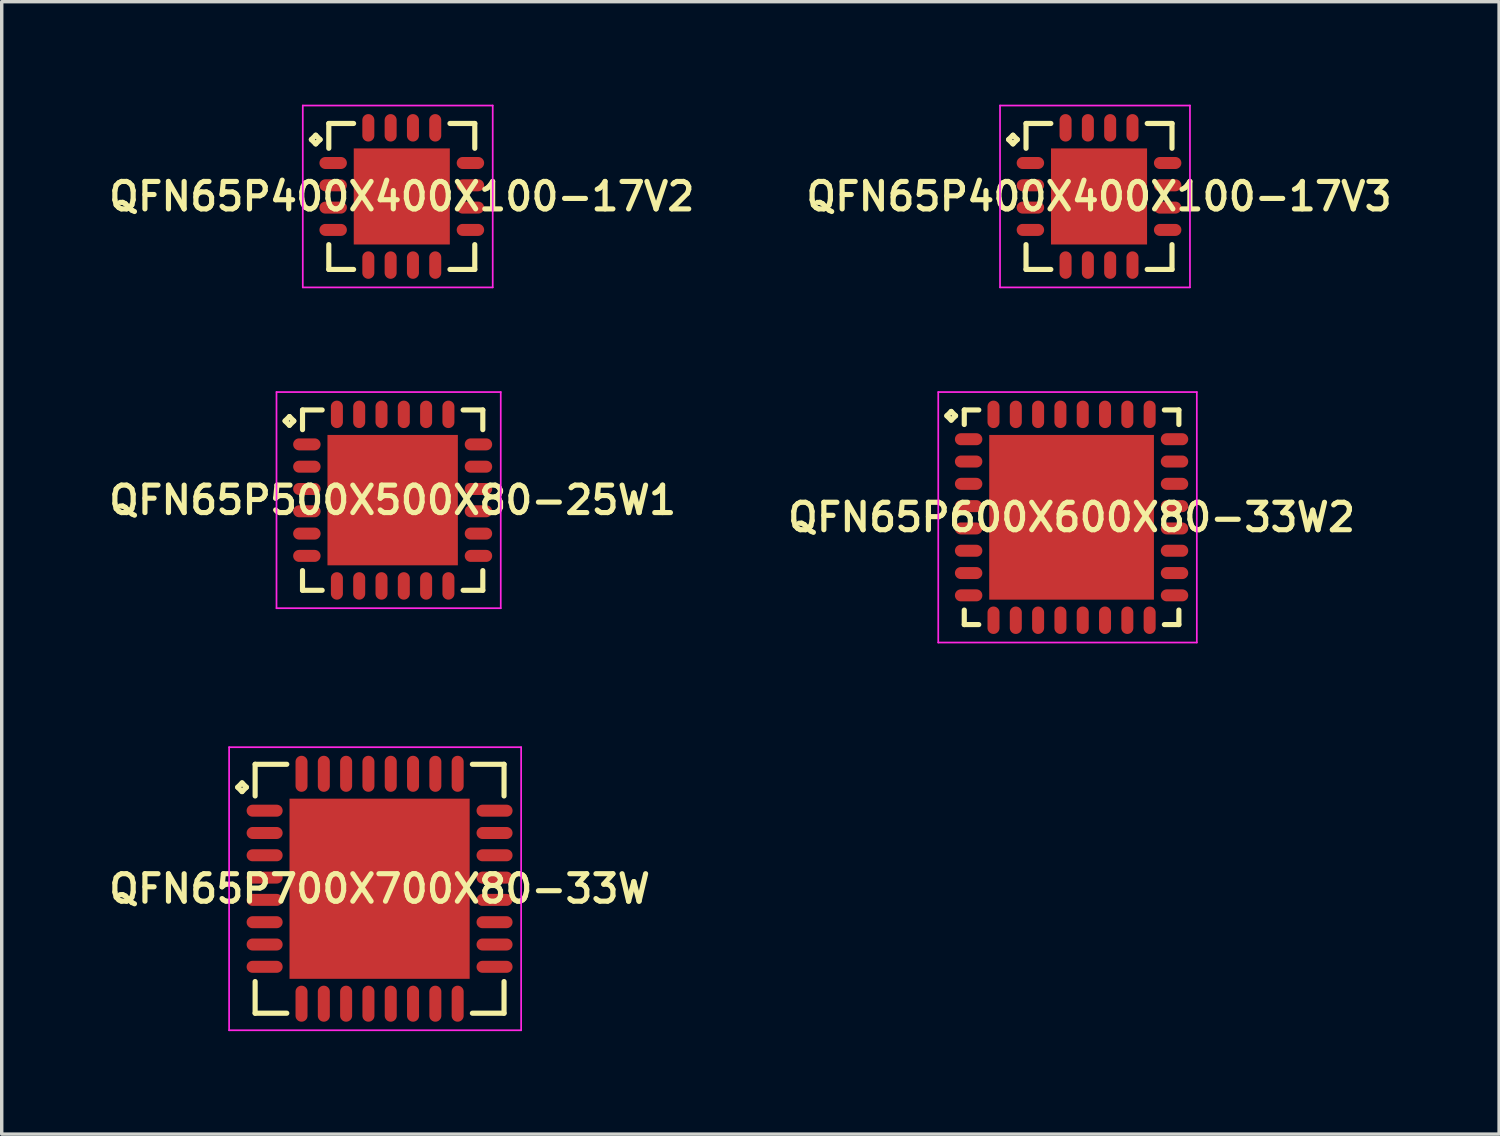
<source format=kicad_pcb>
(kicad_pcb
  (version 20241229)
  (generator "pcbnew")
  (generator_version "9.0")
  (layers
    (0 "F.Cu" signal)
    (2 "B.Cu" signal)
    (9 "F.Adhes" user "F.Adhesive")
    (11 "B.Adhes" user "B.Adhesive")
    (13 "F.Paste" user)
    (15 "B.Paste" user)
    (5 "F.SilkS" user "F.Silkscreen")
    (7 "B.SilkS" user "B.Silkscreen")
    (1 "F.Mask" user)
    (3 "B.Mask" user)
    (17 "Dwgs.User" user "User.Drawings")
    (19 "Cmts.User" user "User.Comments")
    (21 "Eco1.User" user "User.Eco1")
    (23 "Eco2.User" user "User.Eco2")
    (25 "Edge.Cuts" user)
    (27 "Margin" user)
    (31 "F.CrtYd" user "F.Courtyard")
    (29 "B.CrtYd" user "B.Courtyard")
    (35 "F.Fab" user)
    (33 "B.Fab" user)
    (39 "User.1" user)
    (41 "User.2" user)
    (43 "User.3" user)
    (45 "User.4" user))
  (footprint "QFN65P700X700X80-33W"
    (layer "F.Cu")
    (at 8.012 22.85)
    (property "Reference" "QFN65P700X700X80-33W" (at 0 0 0) (layer "F.SilkS") (effects (font (size 0.8 0.8) (thickness 0.15))))
    (attr smd)
    (fp_line (start -4.135 -2.958) (end -4.008 -3.085) (stroke (width 0.15) (type solid)) (layer "F.SilkS"))
    (fp_line (start -4.008 -3.085) (end -3.881 -2.958) (stroke (width 0.15) (type solid)) (layer "F.SilkS"))
    (fp_line (start -4.008 -2.831) (end -4.135 -2.958) (stroke (width 0.15) (type solid)) (layer "F.SilkS"))
    (fp_line (start -3.881 -2.958) (end -4.008 -2.831) (stroke (width 0.15) (type solid)) (layer "F.SilkS"))
    (fp_line (start -3.627 -3.627) (end -2.704 -3.627) (stroke (width 0.15) (type solid)) (layer "F.SilkS"))
    (fp_line (start -3.627 -2.704) (end -3.627 -3.627) (stroke (width 0.15) (type solid)) (layer "F.SilkS"))
    (fp_line (start -3.627 2.704) (end -3.627 3.627) (stroke (width 0.15) (type solid)) (layer "F.SilkS"))
    (fp_line (start -3.627 3.627) (end -2.704 3.627) (stroke (width 0.15) (type solid)) (layer "F.SilkS"))
    (fp_line (start 2.704 -3.627) (end 3.627 -3.627) (stroke (width 0.15) (type solid)) (layer "F.SilkS"))
    (fp_line (start 2.704 3.627) (end 3.627 3.627) (stroke (width 0.15) (type solid)) (layer "F.SilkS"))
    (fp_line (start 3.627 -3.627) (end 3.627 -2.704) (stroke (width 0.15) (type solid)) (layer "F.SilkS"))
    (fp_line (start 3.627 3.627) (end 3.627 2.704) (stroke (width 0.15) (type solid)) (layer "F.SilkS"))
    (fp_line (start -4.385 -4.125) (end 4.125 -4.125) (stroke (width 0.05) (type solid)) (layer "F.CrtYd"))
    (fp_line (start -4.385 4.125) (end -4.385 -4.125) (stroke (width 0.05) (type solid)) (layer "F.CrtYd"))
    (fp_line (start 4.125 -4.125) (end 4.125 4.125) (stroke (width 0.05) (type solid)) (layer "F.CrtYd"))
    (fp_line (start 4.125 4.125) (end -4.385 4.125) (stroke (width 0.05) (type solid)) (layer "F.CrtYd"))
    (pad "1" smd oval (at -3.35 -2.275) (size 1.05 0.35) (layers "F.Cu" "F.Mask" "F.Paste"))
    (pad "2" smd oval (at -3.35 -1.625) (size 1.05 0.35) (layers "F.Cu" "F.Mask" "F.Paste"))
    (pad "3" smd oval (at -3.35 -0.975) (size 1.05 0.35) (layers "F.Cu" "F.Mask" "F.Paste"))
    (pad "4" smd oval (at -3.35 -0.325) (size 1.05 0.35) (layers "F.Cu" "F.Mask" "F.Paste"))
    (pad "5" smd oval (at -3.35 0.325) (size 1.05 0.35) (layers "F.Cu" "F.Mask" "F.Paste"))
    (pad "6" smd oval (at -3.35 0.975) (size 1.05 0.35) (layers "F.Cu" "F.Mask" "F.Paste"))
    (pad "7" smd oval (at -3.35 1.625) (size 1.05 0.35) (layers "F.Cu" "F.Mask" "F.Paste"))
    (pad "8" smd oval (at -3.35 2.275) (size 1.05 0.35) (layers "F.Cu" "F.Mask" "F.Paste"))
    (pad "9" smd oval (at -2.275 3.35) (size 0.35 1.05) (layers "F.Cu" "F.Mask" "F.Paste"))
    (pad "10" smd oval (at -1.625 3.35) (size 0.35 1.05) (layers "F.Cu" "F.Mask" "F.Paste"))
    (pad "11" smd oval (at -0.975 3.35) (size 0.35 1.05) (layers "F.Cu" "F.Mask" "F.Paste"))
    (pad "12" smd oval (at -0.325 3.35) (size 0.35 1.05) (layers "F.Cu" "F.Mask" "F.Paste"))
    (pad "13" smd oval (at 0.325 3.35) (size 0.35 1.05) (layers "F.Cu" "F.Mask" "F.Paste"))
    (pad "14" smd oval (at 0.975 3.35) (size 0.35 1.05) (layers "F.Cu" "F.Mask" "F.Paste"))
    (pad "15" smd oval (at 1.625 3.35) (size 0.35 1.05) (layers "F.Cu" "F.Mask" "F.Paste"))
    (pad "16" smd oval (at 2.275 3.35) (size 0.35 1.05) (layers "F.Cu" "F.Mask" "F.Paste"))
    (pad "17" smd oval (at 3.35 2.275) (size 1.05 0.35) (layers "F.Cu" "F.Mask" "F.Paste"))
    (pad "18" smd oval (at 3.35 1.625) (size 1.05 0.35) (layers "F.Cu" "F.Mask" "F.Paste"))
    (pad "19" smd oval (at 3.35 0.975) (size 1.05 0.35) (layers "F.Cu" "F.Mask" "F.Paste"))
    (pad "20" smd oval (at 3.35 0.325) (size 1.05 0.35) (layers "F.Cu" "F.Mask" "F.Paste"))
    (pad "21" smd oval (at 3.35 -0.325) (size 1.05 0.35) (layers "F.Cu" "F.Mask" "F.Paste"))
    (pad "22" smd oval (at 3.35 -0.975) (size 1.05 0.35) (layers "F.Cu" "F.Mask" "F.Paste"))
    (pad "23" smd oval (at 3.35 -1.625) (size 1.05 0.35) (layers "F.Cu" "F.Mask" "F.Paste"))
    (pad "24" smd oval (at 3.35 -2.275) (size 1.05 0.35) (layers "F.Cu" "F.Mask" "F.Paste"))
    (pad "25" smd oval (at 2.275 -3.35) (size 0.35 1.05) (layers "F.Cu" "F.Mask" "F.Paste"))
    (pad "26" smd oval (at 1.625 -3.35) (size 0.35 1.05) (layers "F.Cu" "F.Mask" "F.Paste"))
    (pad "27" smd oval (at 0.975 -3.35) (size 0.35 1.05) (layers "F.Cu" "F.Mask" "F.Paste"))
    (pad "28" smd oval (at 0.325 -3.35) (size 0.35 1.05) (layers "F.Cu" "F.Mask" "F.Paste"))
    (pad "29" smd oval (at -0.325 -3.35) (size 0.35 1.05) (layers "F.Cu" "F.Mask" "F.Paste"))
    (pad "30" smd oval (at -0.975 -3.35) (size 0.35 1.05) (layers "F.Cu" "F.Mask" "F.Paste"))
    (pad "31" smd oval (at -1.625 -3.35) (size 0.35 1.05) (layers "F.Cu" "F.Mask" "F.Paste"))
    (pad "32" smd oval (at -2.275 -3.35) (size 0.35 1.05) (layers "F.Cu" "F.Mask" "F.Paste"))
    (pad "33" smd rect (at 0 0) (size 5.25 5.25) (layers "F.Cu" "F.Mask" "F.Paste")))
  (footprint "QFN65P400X400X100-17V2"
    (layer "F.Cu")
    (at 8.659 2.675)
    (property "Reference" "QFN65P400X400X100-17V2" (at 0 0 0) (layer "F.SilkS") (effects (font (size 0.8 0.8) (thickness 0.15))))
    (attr smd)
    (fp_line (start -2.635 -1.658) (end -2.508 -1.785) (stroke (width 0.15) (type solid)) (layer "F.SilkS"))
    (fp_line (start -2.508 -1.785) (end -2.381 -1.658) (stroke (width 0.15) (type solid)) (layer "F.SilkS"))
    (fp_line (start -2.508 -1.531) (end -2.635 -1.658) (stroke (width 0.15) (type solid)) (layer "F.SilkS"))
    (fp_line (start -2.381 -1.658) (end -2.508 -1.531) (stroke (width 0.15) (type solid)) (layer "F.SilkS"))
    (fp_line (start -2.127 -2.127) (end -1.404 -2.127) (stroke (width 0.15) (type solid)) (layer "F.SilkS"))
    (fp_line (start -2.127 -1.404) (end -2.127 -2.127) (stroke (width 0.15) (type solid)) (layer "F.SilkS"))
    (fp_line (start -2.127 1.404) (end -2.127 2.127) (stroke (width 0.15) (type solid)) (layer "F.SilkS"))
    (fp_line (start -2.127 2.127) (end -1.404 2.127) (stroke (width 0.15) (type solid)) (layer "F.SilkS"))
    (fp_line (start 1.404 -2.127) (end 2.127 -2.127) (stroke (width 0.15) (type solid)) (layer "F.SilkS"))
    (fp_line (start 1.404 2.127) (end 2.127 2.127) (stroke (width 0.15) (type solid)) (layer "F.SilkS"))
    (fp_line (start 2.127 -2.127) (end 2.127 -1.404) (stroke (width 0.15) (type solid)) (layer "F.SilkS"))
    (fp_line (start 2.127 2.127) (end 2.127 1.404) (stroke (width 0.15) (type solid)) (layer "F.SilkS"))
    (fp_line (start -2.885 -2.65) (end 2.65 -2.65) (stroke (width 0.05) (type solid)) (layer "F.CrtYd"))
    (fp_line (start -2.885 2.65) (end -2.885 -2.65) (stroke (width 0.05) (type solid)) (layer "F.CrtYd"))
    (fp_line (start 2.65 -2.65) (end 2.65 2.65) (stroke (width 0.05) (type solid)) (layer "F.CrtYd"))
    (fp_line (start 2.65 2.65) (end -2.885 2.65) (stroke (width 0.05) (type solid)) (layer "F.CrtYd"))
    (pad "1" smd oval (at -2 -0.975) (size 0.8 0.35) (layers "F.Cu" "F.Mask" "F.Paste"))
    (pad "2" smd oval (at -2 -0.325) (size 0.8 0.35) (layers "F.Cu" "F.Mask" "F.Paste"))
    (pad "3" smd oval (at -2 0.325) (size 0.8 0.35) (layers "F.Cu" "F.Mask" "F.Paste"))
    (pad "4" smd oval (at -2 0.975) (size 0.8 0.35) (layers "F.Cu" "F.Mask" "F.Paste"))
    (pad "5" smd oval (at -0.975 2) (size 0.35 0.8) (layers "F.Cu" "F.Mask" "F.Paste"))
    (pad "6" smd oval (at -0.325 2) (size 0.35 0.8) (layers "F.Cu" "F.Mask" "F.Paste"))
    (pad "7" smd oval (at 0.325 2) (size 0.35 0.8) (layers "F.Cu" "F.Mask" "F.Paste"))
    (pad "8" smd oval (at 0.975 2) (size 0.35 0.8) (layers "F.Cu" "F.Mask" "F.Paste"))
    (pad "9" smd oval (at 2 0.975) (size 0.8 0.35) (layers "F.Cu" "F.Mask" "F.Paste"))
    (pad "10" smd oval (at 2 0.325) (size 0.8 0.35) (layers "F.Cu" "F.Mask" "F.Paste"))
    (pad "11" smd oval (at 2 -0.325) (size 0.8 0.35) (layers "F.Cu" "F.Mask" "F.Paste"))
    (pad "12" smd oval (at 2 -0.975) (size 0.8 0.35) (layers "F.Cu" "F.Mask" "F.Paste"))
    (pad "13" smd oval (at 0.975 -2) (size 0.35 0.8) (layers "F.Cu" "F.Mask" "F.Paste"))
    (pad "14" smd oval (at 0.325 -2) (size 0.35 0.8) (layers "F.Cu" "F.Mask" "F.Paste"))
    (pad "15" smd oval (at -0.325 -2) (size 0.35 0.8) (layers "F.Cu" "F.Mask" "F.Paste"))
    (pad "16" smd oval (at -0.975 -2) (size 0.35 0.8) (layers "F.Cu" "F.Mask" "F.Paste"))
    (pad "17" smd rect (at 0 0) (size 2.8 2.8) (layers "F.Cu" "F.Mask" "F.Paste")))
  (footprint "QFN65P600X600X80-33W2"
    (layer "F.Cu")
    (at 28.178 12.025)
    (property "Reference" "QFN65P600X600X80-33W2" (at 0 0 0) (layer "F.SilkS") (effects (font (size 0.8 0.8) (thickness 0.15))))
    (attr smd)
    (fp_line (start -3.635 -2.958) (end -3.508 -3.085) (stroke (width 0.15) (type solid)) (layer "F.SilkS"))
    (fp_line (start -3.508 -3.085) (end -3.381 -2.958) (stroke (width 0.15) (type solid)) (layer "F.SilkS"))
    (fp_line (start -3.508 -2.831) (end -3.635 -2.958) (stroke (width 0.15) (type solid)) (layer "F.SilkS"))
    (fp_line (start -3.381 -2.958) (end -3.508 -2.831) (stroke (width 0.15) (type solid)) (layer "F.SilkS"))
    (fp_line (start -3.127 -3.127) (end -2.704 -3.127) (stroke (width 0.15) (type solid)) (layer "F.SilkS"))
    (fp_line (start -3.127 -2.704) (end -3.127 -3.127) (stroke (width 0.15) (type solid)) (layer "F.SilkS"))
    (fp_line (start -3.127 2.704) (end -3.127 3.127) (stroke (width 0.15) (type solid)) (layer "F.SilkS"))
    (fp_line (start -3.127 3.127) (end -2.704 3.127) (stroke (width 0.15) (type solid)) (layer "F.SilkS"))
    (fp_line (start 2.704 -3.127) (end 3.127 -3.127) (stroke (width 0.15) (type solid)) (layer "F.SilkS"))
    (fp_line (start 2.704 3.127) (end 3.127 3.127) (stroke (width 0.15) (type solid)) (layer "F.SilkS"))
    (fp_line (start 3.127 -3.127) (end 3.127 -2.704) (stroke (width 0.15) (type solid)) (layer "F.SilkS"))
    (fp_line (start 3.127 3.127) (end 3.127 2.704) (stroke (width 0.15) (type solid)) (layer "F.SilkS"))
    (fp_line (start -3.885 -3.65) (end 3.65 -3.65) (stroke (width 0.05) (type solid)) (layer "F.CrtYd"))
    (fp_line (start -3.885 3.65) (end -3.885 -3.65) (stroke (width 0.05) (type solid)) (layer "F.CrtYd"))
    (fp_line (start 3.65 -3.65) (end 3.65 3.65) (stroke (width 0.05) (type solid)) (layer "F.CrtYd"))
    (fp_line (start 3.65 3.65) (end -3.885 3.65) (stroke (width 0.05) (type solid)) (layer "F.CrtYd"))
    (pad "1" smd oval (at -3 -2.275) (size 0.8 0.35) (layers "F.Cu" "F.Mask" "F.Paste"))
    (pad "2" smd oval (at -3 -1.625) (size 0.8 0.35) (layers "F.Cu" "F.Mask" "F.Paste"))
    (pad "3" smd oval (at -3 -0.975) (size 0.8 0.35) (layers "F.Cu" "F.Mask" "F.Paste"))
    (pad "4" smd oval (at -3 -0.325) (size 0.8 0.35) (layers "F.Cu" "F.Mask" "F.Paste"))
    (pad "5" smd oval (at -3 0.325) (size 0.8 0.35) (layers "F.Cu" "F.Mask" "F.Paste"))
    (pad "6" smd oval (at -3 0.975) (size 0.8 0.35) (layers "F.Cu" "F.Mask" "F.Paste"))
    (pad "7" smd oval (at -3 1.625) (size 0.8 0.35) (layers "F.Cu" "F.Mask" "F.Paste"))
    (pad "8" smd oval (at -3 2.275) (size 0.8 0.35) (layers "F.Cu" "F.Mask" "F.Paste"))
    (pad "9" smd oval (at -2.275 3) (size 0.35 0.8) (layers "F.Cu" "F.Mask" "F.Paste"))
    (pad "10" smd oval (at -1.625 3) (size 0.35 0.8) (layers "F.Cu" "F.Mask" "F.Paste"))
    (pad "11" smd oval (at -0.975 3) (size 0.35 0.8) (layers "F.Cu" "F.Mask" "F.Paste"))
    (pad "12" smd oval (at -0.325 3) (size 0.35 0.8) (layers "F.Cu" "F.Mask" "F.Paste"))
    (pad "13" smd oval (at 0.325 3) (size 0.35 0.8) (layers "F.Cu" "F.Mask" "F.Paste"))
    (pad "14" smd oval (at 0.975 3) (size 0.35 0.8) (layers "F.Cu" "F.Mask" "F.Paste"))
    (pad "15" smd oval (at 1.625 3) (size 0.35 0.8) (layers "F.Cu" "F.Mask" "F.Paste"))
    (pad "16" smd oval (at 2.275 3) (size 0.35 0.8) (layers "F.Cu" "F.Mask" "F.Paste"))
    (pad "17" smd oval (at 3 2.275) (size 0.8 0.35) (layers "F.Cu" "F.Mask" "F.Paste"))
    (pad "18" smd oval (at 3 1.625) (size 0.8 0.35) (layers "F.Cu" "F.Mask" "F.Paste"))
    (pad "19" smd oval (at 3 0.975) (size 0.8 0.35) (layers "F.Cu" "F.Mask" "F.Paste"))
    (pad "20" smd oval (at 3 0.325) (size 0.8 0.35) (layers "F.Cu" "F.Mask" "F.Paste"))
    (pad "21" smd oval (at 3 -0.325) (size 0.8 0.35) (layers "F.Cu" "F.Mask" "F.Paste"))
    (pad "22" smd oval (at 3 -0.975) (size 0.8 0.35) (layers "F.Cu" "F.Mask" "F.Paste"))
    (pad "23" smd oval (at 3 -1.625) (size 0.8 0.35) (layers "F.Cu" "F.Mask" "F.Paste"))
    (pad "24" smd oval (at 3 -2.275) (size 0.8 0.35) (layers "F.Cu" "F.Mask" "F.Paste"))
    (pad "25" smd oval (at 2.275 -3) (size 0.35 0.8) (layers "F.Cu" "F.Mask" "F.Paste"))
    (pad "26" smd oval (at 1.625 -3) (size 0.35 0.8) (layers "F.Cu" "F.Mask" "F.Paste"))
    (pad "27" smd oval (at 0.975 -3) (size 0.35 0.8) (layers "F.Cu" "F.Mask" "F.Paste"))
    (pad "28" smd oval (at 0.325 -3) (size 0.35 0.8) (layers "F.Cu" "F.Mask" "F.Paste"))
    (pad "29" smd oval (at -0.325 -3) (size 0.35 0.8) (layers "F.Cu" "F.Mask" "F.Paste"))
    (pad "30" smd oval (at -0.975 -3) (size 0.35 0.8) (layers "F.Cu" "F.Mask" "F.Paste"))
    (pad "31" smd oval (at -1.625 -3) (size 0.35 0.8) (layers "F.Cu" "F.Mask" "F.Paste"))
    (pad "32" smd oval (at -2.275 -3) (size 0.35 0.8) (layers "F.Cu" "F.Mask" "F.Paste"))
    (pad "33" smd rect (at 0 0) (size 4.8 4.8) (layers "F.Cu" "F.Mask" "F.Paste")))
  (footprint "QFN65P400X400X100-17V3"
    (layer "F.Cu")
    (at 28.978 2.675)
    (property "Reference" "QFN65P400X400X100-17V3" (at 0 0 0) (layer "F.SilkS") (effects (font (size 0.8 0.8) (thickness 0.15))))
    (attr smd)
    (fp_line (start -2.635 -1.658) (end -2.508 -1.785) (stroke (width 0.15) (type solid)) (layer "F.SilkS"))
    (fp_line (start -2.508 -1.785) (end -2.381 -1.658) (stroke (width 0.15) (type solid)) (layer "F.SilkS"))
    (fp_line (start -2.508 -1.531) (end -2.635 -1.658) (stroke (width 0.15) (type solid)) (layer "F.SilkS"))
    (fp_line (start -2.381 -1.658) (end -2.508 -1.531) (stroke (width 0.15) (type solid)) (layer "F.SilkS"))
    (fp_line (start -2.127 -2.127) (end -1.404 -2.127) (stroke (width 0.15) (type solid)) (layer "F.SilkS"))
    (fp_line (start -2.127 -1.404) (end -2.127 -2.127) (stroke (width 0.15) (type solid)) (layer "F.SilkS"))
    (fp_line (start -2.127 1.404) (end -2.127 2.127) (stroke (width 0.15) (type solid)) (layer "F.SilkS"))
    (fp_line (start -2.127 2.127) (end -1.404 2.127) (stroke (width 0.15) (type solid)) (layer "F.SilkS"))
    (fp_line (start 1.404 -2.127) (end 2.127 -2.127) (stroke (width 0.15) (type solid)) (layer "F.SilkS"))
    (fp_line (start 1.404 2.127) (end 2.127 2.127) (stroke (width 0.15) (type solid)) (layer "F.SilkS"))
    (fp_line (start 2.127 -2.127) (end 2.127 -1.404) (stroke (width 0.15) (type solid)) (layer "F.SilkS"))
    (fp_line (start 2.127 2.127) (end 2.127 1.404) (stroke (width 0.15) (type solid)) (layer "F.SilkS"))
    (fp_line (start -2.885 -2.65) (end 2.65 -2.65) (stroke (width 0.05) (type solid)) (layer "F.CrtYd"))
    (fp_line (start -2.885 2.65) (end -2.885 -2.65) (stroke (width 0.05) (type solid)) (layer "F.CrtYd"))
    (fp_line (start 2.65 -2.65) (end 2.65 2.65) (stroke (width 0.05) (type solid)) (layer "F.CrtYd"))
    (fp_line (start 2.65 2.65) (end -2.885 2.65) (stroke (width 0.05) (type solid)) (layer "F.CrtYd"))
    (pad "1" smd oval (at -2 -0.975) (size 0.8 0.35) (layers "F.Cu" "F.Mask" "F.Paste"))
    (pad "2" smd oval (at -2 -0.325) (size 0.8 0.35) (layers "F.Cu" "F.Mask" "F.Paste"))
    (pad "3" smd oval (at -2 0.325) (size 0.8 0.35) (layers "F.Cu" "F.Mask" "F.Paste"))
    (pad "4" smd oval (at -2 0.975) (size 0.8 0.35) (layers "F.Cu" "F.Mask" "F.Paste"))
    (pad "5" smd oval (at -0.975 2) (size 0.35 0.8) (layers "F.Cu" "F.Mask" "F.Paste"))
    (pad "6" smd oval (at -0.325 2) (size 0.35 0.8) (layers "F.Cu" "F.Mask" "F.Paste"))
    (pad "7" smd oval (at 0.325 2) (size 0.35 0.8) (layers "F.Cu" "F.Mask" "F.Paste"))
    (pad "8" smd oval (at 0.975 2) (size 0.35 0.8) (layers "F.Cu" "F.Mask" "F.Paste"))
    (pad "9" smd oval (at 2 0.975) (size 0.8 0.35) (layers "F.Cu" "F.Mask" "F.Paste"))
    (pad "10" smd oval (at 2 0.325) (size 0.8 0.35) (layers "F.Cu" "F.Mask" "F.Paste"))
    (pad "11" smd oval (at 2 -0.325) (size 0.8 0.35) (layers "F.Cu" "F.Mask" "F.Paste"))
    (pad "12" smd oval (at 2 -0.975) (size 0.8 0.35) (layers "F.Cu" "F.Mask" "F.Paste"))
    (pad "13" smd oval (at 0.975 -2) (size 0.35 0.8) (layers "F.Cu" "F.Mask" "F.Paste"))
    (pad "14" smd oval (at 0.325 -2) (size 0.35 0.8) (layers "F.Cu" "F.Mask" "F.Paste"))
    (pad "15" smd oval (at -0.325 -2) (size 0.35 0.8) (layers "F.Cu" "F.Mask" "F.Paste"))
    (pad "16" smd oval (at -0.975 -2) (size 0.35 0.8) (layers "F.Cu" "F.Mask" "F.Paste"))
    (pad "17" smd rect (at 0 0) (size 2.8 2.8) (layers "F.Cu" "F.Mask" "F.Paste")))
  (footprint "QFN65P500X500X80-25W1"
    (layer "F.Cu")
    (at 8.393 11.525)
    (property "Reference" "QFN65P500X500X80-25W1" (at 0 0 0) (layer "F.SilkS") (effects (font (size 0.8 0.8) (thickness 0.15))))
    (attr smd)
    (fp_line (start -3.135 -2.308) (end -3.008 -2.435) (stroke (width 0.15) (type solid)) (layer "F.SilkS"))
    (fp_line (start -3.008 -2.435) (end -2.881 -2.308) (stroke (width 0.15) (type solid)) (layer "F.SilkS"))
    (fp_line (start -3.008 -2.181) (end -3.135 -2.308) (stroke (width 0.15) (type solid)) (layer "F.SilkS"))
    (fp_line (start -2.881 -2.308) (end -3.008 -2.181) (stroke (width 0.15) (type solid)) (layer "F.SilkS"))
    (fp_line (start -2.627 -2.627) (end -2.054 -2.627) (stroke (width 0.15) (type solid)) (layer "F.SilkS"))
    (fp_line (start -2.627 -2.054) (end -2.627 -2.627) (stroke (width 0.15) (type solid)) (layer "F.SilkS"))
    (fp_line (start -2.627 2.054) (end -2.627 2.627) (stroke (width 0.15) (type solid)) (layer "F.SilkS"))
    (fp_line (start -2.627 2.627) (end -2.054 2.627) (stroke (width 0.15) (type solid)) (layer "F.SilkS"))
    (fp_line (start 2.054 -2.627) (end 2.627 -2.627) (stroke (width 0.15) (type solid)) (layer "F.SilkS"))
    (fp_line (start 2.054 2.627) (end 2.627 2.627) (stroke (width 0.15) (type solid)) (layer "F.SilkS"))
    (fp_line (start 2.627 -2.627) (end 2.627 -2.054) (stroke (width 0.15) (type solid)) (layer "F.SilkS"))
    (fp_line (start 2.627 2.627) (end 2.627 2.054) (stroke (width 0.15) (type solid)) (layer "F.SilkS"))
    (fp_line (start -3.385 -3.15) (end 3.15 -3.15) (stroke (width 0.05) (type solid)) (layer "F.CrtYd"))
    (fp_line (start -3.385 3.15) (end -3.385 -3.15) (stroke (width 0.05) (type solid)) (layer "F.CrtYd"))
    (fp_line (start 3.15 -3.15) (end 3.15 3.15) (stroke (width 0.05) (type solid)) (layer "F.CrtYd"))
    (fp_line (start 3.15 3.15) (end -3.385 3.15) (stroke (width 0.05) (type solid)) (layer "F.CrtYd"))
    (pad "1" smd oval (at -2.5 -1.625) (size 0.8 0.35) (layers "F.Cu" "F.Mask" "F.Paste"))
    (pad "2" smd oval (at -2.5 -0.975) (size 0.8 0.35) (layers "F.Cu" "F.Mask" "F.Paste"))
    (pad "3" smd oval (at -2.5 -0.325) (size 0.8 0.35) (layers "F.Cu" "F.Mask" "F.Paste"))
    (pad "4" smd oval (at -2.5 0.325) (size 0.8 0.35) (layers "F.Cu" "F.Mask" "F.Paste"))
    (pad "5" smd oval (at -2.5 0.975) (size 0.8 0.35) (layers "F.Cu" "F.Mask" "F.Paste"))
    (pad "6" smd oval (at -2.5 1.625) (size 0.8 0.35) (layers "F.Cu" "F.Mask" "F.Paste"))
    (pad "7" smd oval (at -1.625 2.5) (size 0.35 0.8) (layers "F.Cu" "F.Mask" "F.Paste"))
    (pad "8" smd oval (at -0.975 2.5) (size 0.35 0.8) (layers "F.Cu" "F.Mask" "F.Paste"))
    (pad "9" smd oval (at -0.325 2.5) (size 0.35 0.8) (layers "F.Cu" "F.Mask" "F.Paste"))
    (pad "10" smd oval (at 0.325 2.5) (size 0.35 0.8) (layers "F.Cu" "F.Mask" "F.Paste"))
    (pad "11" smd oval (at 0.975 2.5) (size 0.35 0.8) (layers "F.Cu" "F.Mask" "F.Paste"))
    (pad "12" smd oval (at 1.625 2.5) (size 0.35 0.8) (layers "F.Cu" "F.Mask" "F.Paste"))
    (pad "13" smd oval (at 2.5 1.625) (size 0.8 0.35) (layers "F.Cu" "F.Mask" "F.Paste"))
    (pad "14" smd oval (at 2.5 0.975) (size 0.8 0.35) (layers "F.Cu" "F.Mask" "F.Paste"))
    (pad "15" smd oval (at 2.5 0.325) (size 0.8 0.35) (layers "F.Cu" "F.Mask" "F.Paste"))
    (pad "16" smd oval (at 2.5 -0.325) (size 0.8 0.35) (layers "F.Cu" "F.Mask" "F.Paste"))
    (pad "17" smd oval (at 2.5 -0.975) (size 0.8 0.35) (layers "F.Cu" "F.Mask" "F.Paste"))
    (pad "18" smd oval (at 2.5 -1.625) (size 0.8 0.35) (layers "F.Cu" "F.Mask" "F.Paste"))
    (pad "19" smd oval (at 1.625 -2.5) (size 0.35 0.8) (layers "F.Cu" "F.Mask" "F.Paste"))
    (pad "20" smd oval (at 0.975 -2.5) (size 0.35 0.8) (layers "F.Cu" "F.Mask" "F.Paste"))
    (pad "21" smd oval (at 0.325 -2.5) (size 0.35 0.8) (layers "F.Cu" "F.Mask" "F.Paste"))
    (pad "22" smd oval (at -0.325 -2.5) (size 0.35 0.8) (layers "F.Cu" "F.Mask" "F.Paste"))
    (pad "23" smd oval (at -0.975 -2.5) (size 0.35 0.8) (layers "F.Cu" "F.Mask" "F.Paste"))
    (pad "24" smd oval (at -1.625 -2.5) (size 0.35 0.8) (layers "F.Cu" "F.Mask" "F.Paste"))
    (pad "25" smd rect (at 0 0) (size 3.8 3.8) (layers "F.Cu" "F.Mask" "F.Paste")))
  (gr_rect
    (start -3 -3)
    (end 40.637 30)
    (stroke (width 0.1) (type default))
    (fill no)
    (layer "Edge.Cuts")))
</source>
